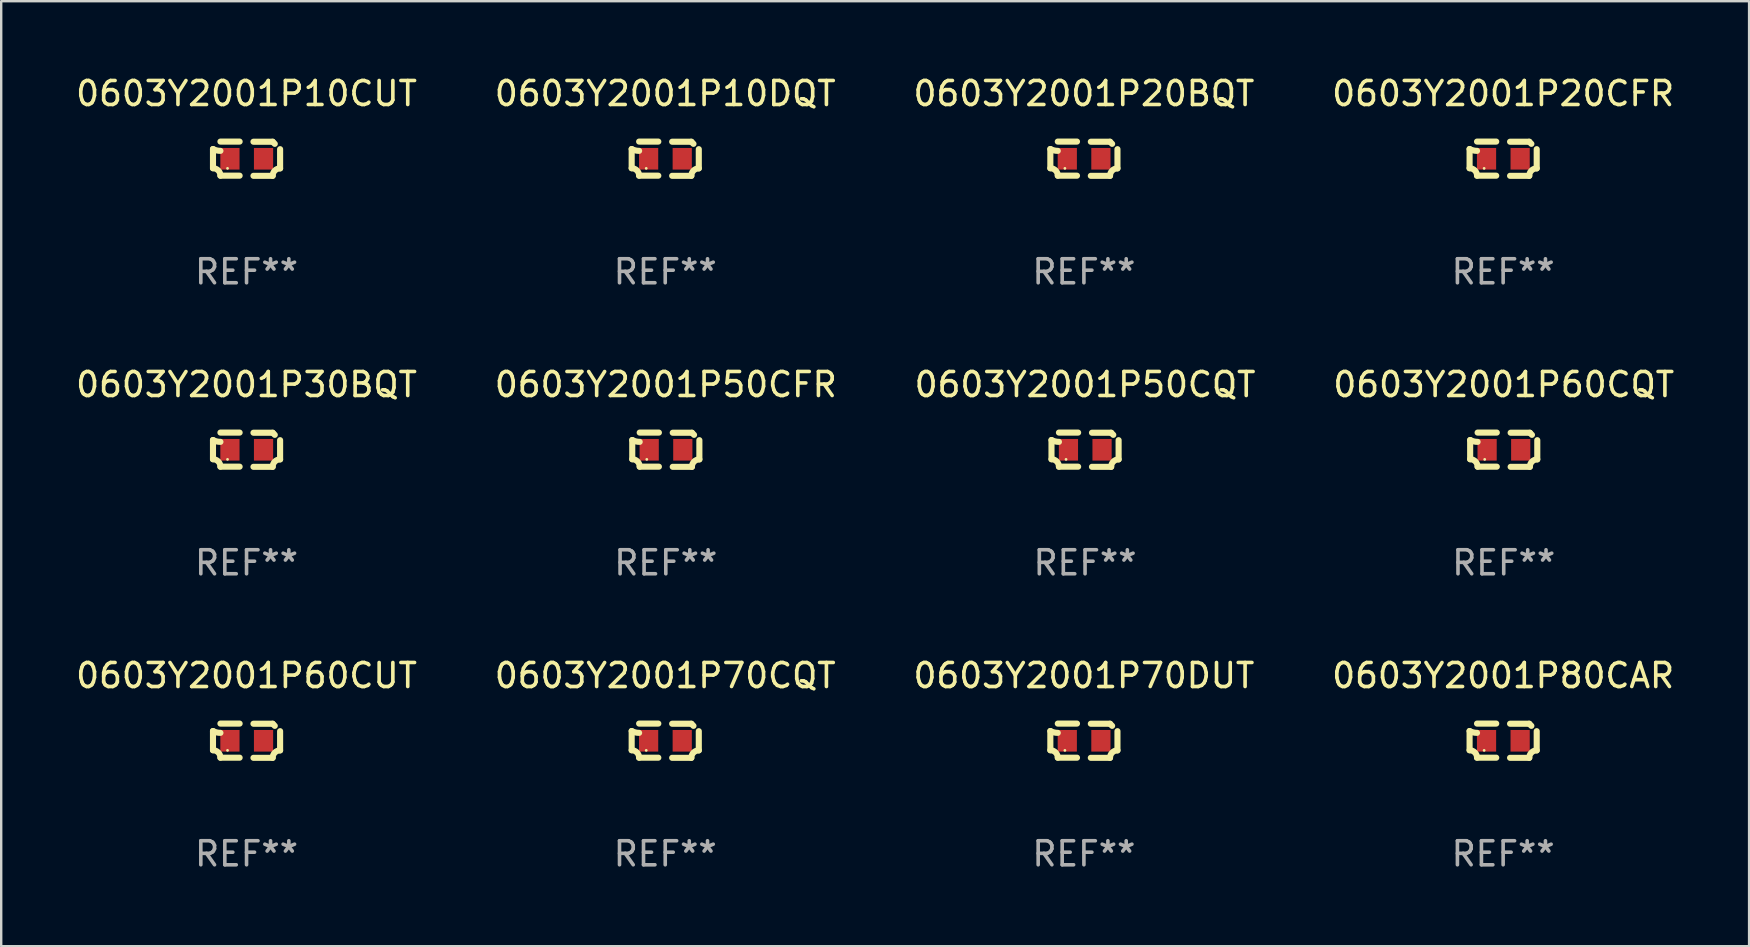
<source format=kicad_pcb>
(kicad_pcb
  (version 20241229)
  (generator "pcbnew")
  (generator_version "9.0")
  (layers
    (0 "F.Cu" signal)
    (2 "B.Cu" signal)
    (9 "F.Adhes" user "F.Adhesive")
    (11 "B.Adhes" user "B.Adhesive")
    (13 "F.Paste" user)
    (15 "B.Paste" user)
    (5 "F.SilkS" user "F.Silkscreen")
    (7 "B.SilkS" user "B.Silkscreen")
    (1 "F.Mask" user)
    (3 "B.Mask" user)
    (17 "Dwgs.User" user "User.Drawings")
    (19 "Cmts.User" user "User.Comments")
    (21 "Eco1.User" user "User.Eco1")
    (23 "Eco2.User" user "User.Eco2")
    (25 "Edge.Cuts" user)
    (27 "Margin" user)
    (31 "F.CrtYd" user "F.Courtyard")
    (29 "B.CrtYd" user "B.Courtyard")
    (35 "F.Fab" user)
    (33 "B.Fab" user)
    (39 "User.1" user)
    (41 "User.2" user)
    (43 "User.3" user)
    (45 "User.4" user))
  (footprint "0603Y2001P60CQT"
    (layer "F.Cu")
    (at 59.589 15.683)
    (property "Reference" "0603Y2001P60CQT" (at 0 -2.713 0) (layer "F.SilkS") (effects (font (size 1 1) (thickness 0.15))))
    (attr through_hole)
    (fp_line (start -1.398 -0.403) (end -1.398 0.397) (stroke (width 0.254) (type solid)) (layer "F.SilkS"))
    (fp_line (start -0.288 -0.713) (end -1.088 -0.713) (stroke (width 0.254) (type solid)) (layer "F.SilkS"))
    (fp_line (start -0.288 0.707) (end -1.088 0.707) (stroke (width 0.254) (type solid)) (layer "F.SilkS"))
    (fp_line (start 0.288 -0.707) (end 1.088 -0.707) (stroke (width 0.254) (type solid)) (layer "F.SilkS"))
    (fp_line (start 0.288 0.713) (end 1.088 0.713) (stroke (width 0.254) (type solid)) (layer "F.SilkS"))
    (fp_line (start 1.398 -0.397) (end 1.398 0.403) (stroke (width 0.254) (type solid)) (layer "F.SilkS"))
    (fp_arc (start -1.397789 0.397066) (mid -1.178701 0.487826) (end -1.08796 0.706922) (stroke (width 0.254001) (type solid)) (layer "F.SilkS"))
    (fp_arc (start -1.08796 -0.327176) (mid -1.247436 -0.346384) (end -1.39779 -0.402908) (stroke (width 0.254001) (type solid)) (layer "F.SilkS"))
    (fp_arc (start 1.087909 0.712738) (mid 1.178656 0.493655) (end 1.397739 0.402908) (stroke (width 0.254001) (type solid)) (layer "F.SilkS"))
    (fp_arc (start 1.175925 -0.618926) (mid 1.131917 -0.662923) (end 1.08791 -0.706922) (stroke (width 0.254001) (type solid)) (layer "F.SilkS"))
    (fp_circle (center -0.792 0.403) (end -0.762 0.403) (stroke (width 0.06) (type solid)) (fill no) (layer "F.SilkS"))
    (fp_text user "REF**" (at 0 4.713 0) (layer "F.Fab") (effects (font (size 1 1) (thickness 0.15))))
    (pad "1" smd rect (at -0.692 0.003) (size 0.8 0.9) (layers "F.Cu" "F.Mask" "F.Paste"))
    (pad "2" smd rect (at 0.708 0.003) (size 0.8 0.9) (layers "F.Cu" "F.Mask" "F.Paste")))
  (footprint "0603Y2001P20CFR"
    (layer "F.Cu")
    (at 59.565 3.561)
    (property "Reference" "0603Y2001P20CFR" (at 0 -2.713 0) (layer "F.SilkS") (effects (font (size 1 1) (thickness 0.15))))
    (attr through_hole)
    (fp_line (start -1.398 -0.403) (end -1.398 0.397) (stroke (width 0.254) (type solid)) (layer "F.SilkS"))
    (fp_line (start -0.288 -0.713) (end -1.088 -0.713) (stroke (width 0.254) (type solid)) (layer "F.SilkS"))
    (fp_line (start -0.288 0.707) (end -1.088 0.707) (stroke (width 0.254) (type solid)) (layer "F.SilkS"))
    (fp_line (start 0.288 -0.707) (end 1.088 -0.707) (stroke (width 0.254) (type solid)) (layer "F.SilkS"))
    (fp_line (start 0.288 0.713) (end 1.088 0.713) (stroke (width 0.254) (type solid)) (layer "F.SilkS"))
    (fp_line (start 1.398 -0.397) (end 1.398 0.403) (stroke (width 0.254) (type solid)) (layer "F.SilkS"))
    (fp_arc (start -1.397789 0.397066) (mid -1.178701 0.487826) (end -1.08796 0.706922) (stroke (width 0.254001) (type solid)) (layer "F.SilkS"))
    (fp_arc (start -1.08796 -0.327176) (mid -1.247436 -0.346384) (end -1.39779 -0.402908) (stroke (width 0.254001) (type solid)) (layer "F.SilkS"))
    (fp_arc (start 1.087909 0.712738) (mid 1.178656 0.493655) (end 1.397739 0.402908) (stroke (width 0.254001) (type solid)) (layer "F.SilkS"))
    (fp_arc (start 1.175925 -0.618926) (mid 1.131917 -0.662923) (end 1.08791 -0.706922) (stroke (width 0.254001) (type solid)) (layer "F.SilkS"))
    (fp_circle (center -0.792 0.403) (end -0.762 0.403) (stroke (width 0.06) (type solid)) (fill no) (layer "F.SilkS"))
    (fp_text user "REF**" (at 0 4.713 0) (layer "F.Fab") (effects (font (size 1 1) (thickness 0.15))))
    (pad "1" smd rect (at -0.692 0.003) (size 0.8 0.9) (layers "F.Cu" "F.Mask" "F.Paste"))
    (pad "2" smd rect (at 0.708 0.003) (size 0.8 0.9) (layers "F.Cu" "F.Mask" "F.Paste")))
  (footprint "0603Y2001P70DUT"
    (layer "F.Cu")
    (at 42.101 27.805)
    (property "Reference" "0603Y2001P70DUT" (at 0 -2.713 0) (layer "F.SilkS") (effects (font (size 1 1) (thickness 0.15))))
    (attr through_hole)
    (fp_line (start -1.398 -0.403) (end -1.398 0.397) (stroke (width 0.254) (type solid)) (layer "F.SilkS"))
    (fp_line (start -0.288 -0.713) (end -1.088 -0.713) (stroke (width 0.254) (type solid)) (layer "F.SilkS"))
    (fp_line (start -0.288 0.707) (end -1.088 0.707) (stroke (width 0.254) (type solid)) (layer "F.SilkS"))
    (fp_line (start 0.288 -0.707) (end 1.088 -0.707) (stroke (width 0.254) (type solid)) (layer "F.SilkS"))
    (fp_line (start 0.288 0.713) (end 1.088 0.713) (stroke (width 0.254) (type solid)) (layer "F.SilkS"))
    (fp_line (start 1.398 -0.397) (end 1.398 0.403) (stroke (width 0.254) (type solid)) (layer "F.SilkS"))
    (fp_arc (start -1.397789 0.397066) (mid -1.178701 0.487826) (end -1.08796 0.706922) (stroke (width 0.254001) (type solid)) (layer "F.SilkS"))
    (fp_arc (start -1.08796 -0.327176) (mid -1.247436 -0.346384) (end -1.39779 -0.402908) (stroke (width 0.254001) (type solid)) (layer "F.SilkS"))
    (fp_arc (start 1.087909 0.712738) (mid 1.178656 0.493655) (end 1.397739 0.402908) (stroke (width 0.254001) (type solid)) (layer "F.SilkS"))
    (fp_arc (start 1.175925 -0.618926) (mid 1.131917 -0.662923) (end 1.08791 -0.706922) (stroke (width 0.254001) (type solid)) (layer "F.SilkS"))
    (fp_circle (center -0.792 0.403) (end -0.762 0.403) (stroke (width 0.06) (type solid)) (fill no) (layer "F.SilkS"))
    (fp_text user "REF**" (at 0 4.713 0) (layer "F.Fab") (effects (font (size 1 1) (thickness 0.15))))
    (pad "1" smd rect (at -0.692 0.003) (size 0.8 0.9) (layers "F.Cu" "F.Mask" "F.Paste"))
    (pad "2" smd rect (at 0.708 0.003) (size 0.8 0.9) (layers "F.Cu" "F.Mask" "F.Paste")))
  (footprint "0603Y2001P30BQT"
    (layer "F.Cu")
    (at 7.22 15.683)
    (property "Reference" "0603Y2001P30BQT" (at 0 -2.713 0) (layer "F.SilkS") (effects (font (size 1 1) (thickness 0.15))))
    (attr through_hole)
    (fp_line (start -1.398 -0.403) (end -1.398 0.397) (stroke (width 0.254) (type solid)) (layer "F.SilkS"))
    (fp_line (start -0.288 -0.713) (end -1.088 -0.713) (stroke (width 0.254) (type solid)) (layer "F.SilkS"))
    (fp_line (start -0.288 0.707) (end -1.088 0.707) (stroke (width 0.254) (type solid)) (layer "F.SilkS"))
    (fp_line (start 0.288 -0.707) (end 1.088 -0.707) (stroke (width 0.254) (type solid)) (layer "F.SilkS"))
    (fp_line (start 0.288 0.713) (end 1.088 0.713) (stroke (width 0.254) (type solid)) (layer "F.SilkS"))
    (fp_line (start 1.398 -0.397) (end 1.398 0.403) (stroke (width 0.254) (type solid)) (layer "F.SilkS"))
    (fp_arc (start -1.397789 0.397066) (mid -1.178701 0.487826) (end -1.08796 0.706922) (stroke (width 0.254001) (type solid)) (layer "F.SilkS"))
    (fp_arc (start -1.08796 -0.327176) (mid -1.247436 -0.346384) (end -1.39779 -0.402908) (stroke (width 0.254001) (type solid)) (layer "F.SilkS"))
    (fp_arc (start 1.087909 0.712738) (mid 1.178656 0.493655) (end 1.397739 0.402908) (stroke (width 0.254001) (type solid)) (layer "F.SilkS"))
    (fp_arc (start 1.175925 -0.618926) (mid 1.131917 -0.662923) (end 1.08791 -0.706922) (stroke (width 0.254001) (type solid)) (layer "F.SilkS"))
    (fp_circle (center -0.792 0.403) (end -0.762 0.403) (stroke (width 0.06) (type solid)) (fill no) (layer "F.SilkS"))
    (fp_text user "REF**" (at 0 4.713 0) (layer "F.Fab") (effects (font (size 1 1) (thickness 0.15))))
    (pad "1" smd rect (at -0.692 0.003) (size 0.8 0.9) (layers "F.Cu" "F.Mask" "F.Paste"))
    (pad "2" smd rect (at 0.708 0.003) (size 0.8 0.9) (layers "F.Cu" "F.Mask" "F.Paste")))
  (footprint "0603Y2001P10CUT"
    (layer "F.Cu")
    (at 7.22 3.561)
    (property "Reference" "0603Y2001P10CUT" (at 0 -2.713 0) (layer "F.SilkS") (effects (font (size 1 1) (thickness 0.15))))
    (attr through_hole)
    (fp_line (start -1.398 -0.403) (end -1.398 0.397) (stroke (width 0.254) (type solid)) (layer "F.SilkS"))
    (fp_line (start -0.288 -0.713) (end -1.088 -0.713) (stroke (width 0.254) (type solid)) (layer "F.SilkS"))
    (fp_line (start -0.288 0.707) (end -1.088 0.707) (stroke (width 0.254) (type solid)) (layer "F.SilkS"))
    (fp_line (start 0.288 -0.707) (end 1.088 -0.707) (stroke (width 0.254) (type solid)) (layer "F.SilkS"))
    (fp_line (start 0.288 0.713) (end 1.088 0.713) (stroke (width 0.254) (type solid)) (layer "F.SilkS"))
    (fp_line (start 1.398 -0.397) (end 1.398 0.403) (stroke (width 0.254) (type solid)) (layer "F.SilkS"))
    (fp_arc (start -1.397789 0.397066) (mid -1.178701 0.487826) (end -1.08796 0.706922) (stroke (width 0.254001) (type solid)) (layer "F.SilkS"))
    (fp_arc (start -1.08796 -0.327176) (mid -1.247436 -0.346384) (end -1.39779 -0.402908) (stroke (width 0.254001) (type solid)) (layer "F.SilkS"))
    (fp_arc (start 1.087909 0.712738) (mid 1.178656 0.493655) (end 1.397739 0.402908) (stroke (width 0.254001) (type solid)) (layer "F.SilkS"))
    (fp_arc (start 1.175925 -0.618926) (mid 1.131917 -0.662923) (end 1.08791 -0.706922) (stroke (width 0.254001) (type solid)) (layer "F.SilkS"))
    (fp_circle (center -0.792 0.403) (end -0.762 0.403) (stroke (width 0.06) (type solid)) (fill no) (layer "F.SilkS"))
    (fp_text user "REF**" (at 0 4.713 0) (layer "F.Fab") (effects (font (size 1 1) (thickness 0.15))))
    (pad "1" smd rect (at -0.692 0.003) (size 0.8 0.9) (layers "F.Cu" "F.Mask" "F.Paste"))
    (pad "2" smd rect (at 0.708 0.003) (size 0.8 0.9) (layers "F.Cu" "F.Mask" "F.Paste")))
  (footprint "0603Y2001P60CUT"
    (layer "F.Cu")
    (at 7.22 27.805)
    (property "Reference" "0603Y2001P60CUT" (at 0 -2.713 0) (layer "F.SilkS") (effects (font (size 1 1) (thickness 0.15))))
    (attr through_hole)
    (fp_line (start -1.398 -0.403) (end -1.398 0.397) (stroke (width 0.254) (type solid)) (layer "F.SilkS"))
    (fp_line (start -0.288 -0.713) (end -1.088 -0.713) (stroke (width 0.254) (type solid)) (layer "F.SilkS"))
    (fp_line (start -0.288 0.707) (end -1.088 0.707) (stroke (width 0.254) (type solid)) (layer "F.SilkS"))
    (fp_line (start 0.288 -0.707) (end 1.088 -0.707) (stroke (width 0.254) (type solid)) (layer "F.SilkS"))
    (fp_line (start 0.288 0.713) (end 1.088 0.713) (stroke (width 0.254) (type solid)) (layer "F.SilkS"))
    (fp_line (start 1.398 -0.397) (end 1.398 0.403) (stroke (width 0.254) (type solid)) (layer "F.SilkS"))
    (fp_arc (start -1.397789 0.397066) (mid -1.178701 0.487826) (end -1.08796 0.706922) (stroke (width 0.254001) (type solid)) (layer "F.SilkS"))
    (fp_arc (start -1.08796 -0.327176) (mid -1.247436 -0.346384) (end -1.39779 -0.402908) (stroke (width 0.254001) (type solid)) (layer "F.SilkS"))
    (fp_arc (start 1.087909 0.712738) (mid 1.178656 0.493655) (end 1.397739 0.402908) (stroke (width 0.254001) (type solid)) (layer "F.SilkS"))
    (fp_arc (start 1.175925 -0.618926) (mid 1.131917 -0.662923) (end 1.08791 -0.706922) (stroke (width 0.254001) (type solid)) (layer "F.SilkS"))
    (fp_circle (center -0.792 0.403) (end -0.762 0.403) (stroke (width 0.06) (type solid)) (fill no) (layer "F.SilkS"))
    (fp_text user "REF**" (at 0 4.713 0) (layer "F.Fab") (effects (font (size 1 1) (thickness 0.15))))
    (pad "1" smd rect (at -0.692 0.003) (size 0.8 0.9) (layers "F.Cu" "F.Mask" "F.Paste"))
    (pad "2" smd rect (at 0.708 0.003) (size 0.8 0.9) (layers "F.Cu" "F.Mask" "F.Paste")))
  (footprint "0603Y2001P80CAR"
    (layer "F.Cu")
    (at 59.565 27.805)
    (property "Reference" "0603Y2001P80CAR" (at 0 -2.713 0) (layer "F.SilkS") (effects (font (size 1 1) (thickness 0.15))))
    (attr through_hole)
    (fp_line (start -1.398 -0.403) (end -1.398 0.397) (stroke (width 0.254) (type solid)) (layer "F.SilkS"))
    (fp_line (start -0.288 -0.713) (end -1.088 -0.713) (stroke (width 0.254) (type solid)) (layer "F.SilkS"))
    (fp_line (start -0.288 0.707) (end -1.088 0.707) (stroke (width 0.254) (type solid)) (layer "F.SilkS"))
    (fp_line (start 0.288 -0.707) (end 1.088 -0.707) (stroke (width 0.254) (type solid)) (layer "F.SilkS"))
    (fp_line (start 0.288 0.713) (end 1.088 0.713) (stroke (width 0.254) (type solid)) (layer "F.SilkS"))
    (fp_line (start 1.398 -0.397) (end 1.398 0.403) (stroke (width 0.254) (type solid)) (layer "F.SilkS"))
    (fp_arc (start -1.397789 0.397066) (mid -1.178701 0.487826) (end -1.08796 0.706922) (stroke (width 0.254001) (type solid)) (layer "F.SilkS"))
    (fp_arc (start -1.08796 -0.327176) (mid -1.247436 -0.346384) (end -1.39779 -0.402908) (stroke (width 0.254001) (type solid)) (layer "F.SilkS"))
    (fp_arc (start 1.087909 0.712738) (mid 1.178656 0.493655) (end 1.397739 0.402908) (stroke (width 0.254001) (type solid)) (layer "F.SilkS"))
    (fp_arc (start 1.175925 -0.618926) (mid 1.131917 -0.662923) (end 1.08791 -0.706922) (stroke (width 0.254001) (type solid)) (layer "F.SilkS"))
    (fp_circle (center -0.792 0.403) (end -0.762 0.403) (stroke (width 0.06) (type solid)) (fill no) (layer "F.SilkS"))
    (fp_text user "REF**" (at 0 4.713 0) (layer "F.Fab") (effects (font (size 1 1) (thickness 0.15))))
    (pad "1" smd rect (at -0.692 0.003) (size 0.8 0.9) (layers "F.Cu" "F.Mask" "F.Paste"))
    (pad "2" smd rect (at 0.708 0.003) (size 0.8 0.9) (layers "F.Cu" "F.Mask" "F.Paste")))
  (footprint "0603Y2001P50CQT"
    (layer "F.Cu")
    (at 42.149 15.683)
    (property "Reference" "0603Y2001P50CQT" (at 0 -2.713 0) (layer "F.SilkS") (effects (font (size 1 1) (thickness 0.15))))
    (attr through_hole)
    (fp_line (start -1.398 -0.403) (end -1.398 0.397) (stroke (width 0.254) (type solid)) (layer "F.SilkS"))
    (fp_line (start -0.288 -0.713) (end -1.088 -0.713) (stroke (width 0.254) (type solid)) (layer "F.SilkS"))
    (fp_line (start -0.288 0.707) (end -1.088 0.707) (stroke (width 0.254) (type solid)) (layer "F.SilkS"))
    (fp_line (start 0.288 -0.707) (end 1.088 -0.707) (stroke (width 0.254) (type solid)) (layer "F.SilkS"))
    (fp_line (start 0.288 0.713) (end 1.088 0.713) (stroke (width 0.254) (type solid)) (layer "F.SilkS"))
    (fp_line (start 1.398 -0.397) (end 1.398 0.403) (stroke (width 0.254) (type solid)) (layer "F.SilkS"))
    (fp_arc (start -1.397789 0.397066) (mid -1.178701 0.487826) (end -1.08796 0.706922) (stroke (width 0.254001) (type solid)) (layer "F.SilkS"))
    (fp_arc (start -1.08796 -0.327176) (mid -1.247436 -0.346384) (end -1.39779 -0.402908) (stroke (width 0.254001) (type solid)) (layer "F.SilkS"))
    (fp_arc (start 1.087909 0.712738) (mid 1.178656 0.493655) (end 1.397739 0.402908) (stroke (width 0.254001) (type solid)) (layer "F.SilkS"))
    (fp_arc (start 1.175925 -0.618926) (mid 1.131917 -0.662923) (end 1.08791 -0.706922) (stroke (width 0.254001) (type solid)) (layer "F.SilkS"))
    (fp_circle (center -0.792 0.403) (end -0.762 0.403) (stroke (width 0.06) (type solid)) (fill no) (layer "F.SilkS"))
    (fp_text user "REF**" (at 0 4.713 0) (layer "F.Fab") (effects (font (size 1 1) (thickness 0.15))))
    (pad "1" smd rect (at -0.692 0.003) (size 0.8 0.9) (layers "F.Cu" "F.Mask" "F.Paste"))
    (pad "2" smd rect (at 0.708 0.003) (size 0.8 0.9) (layers "F.Cu" "F.Mask" "F.Paste")))
  (footprint "0603Y2001P20BQT"
    (layer "F.Cu")
    (at 42.101 3.561)
    (property "Reference" "0603Y2001P20BQT" (at 0 -2.713 0) (layer "F.SilkS") (effects (font (size 1 1) (thickness 0.15))))
    (attr through_hole)
    (fp_line (start -1.398 -0.403) (end -1.398 0.397) (stroke (width 0.254) (type solid)) (layer "F.SilkS"))
    (fp_line (start -0.288 -0.713) (end -1.088 -0.713) (stroke (width 0.254) (type solid)) (layer "F.SilkS"))
    (fp_line (start -0.288 0.707) (end -1.088 0.707) (stroke (width 0.254) (type solid)) (layer "F.SilkS"))
    (fp_line (start 0.288 -0.707) (end 1.088 -0.707) (stroke (width 0.254) (type solid)) (layer "F.SilkS"))
    (fp_line (start 0.288 0.713) (end 1.088 0.713) (stroke (width 0.254) (type solid)) (layer "F.SilkS"))
    (fp_line (start 1.398 -0.397) (end 1.398 0.403) (stroke (width 0.254) (type solid)) (layer "F.SilkS"))
    (fp_arc (start -1.397789 0.397066) (mid -1.178701 0.487826) (end -1.08796 0.706922) (stroke (width 0.254001) (type solid)) (layer "F.SilkS"))
    (fp_arc (start -1.08796 -0.327176) (mid -1.247436 -0.346384) (end -1.39779 -0.402908) (stroke (width 0.254001) (type solid)) (layer "F.SilkS"))
    (fp_arc (start 1.087909 0.712738) (mid 1.178656 0.493655) (end 1.397739 0.402908) (stroke (width 0.254001) (type solid)) (layer "F.SilkS"))
    (fp_arc (start 1.175925 -0.618926) (mid 1.131917 -0.662923) (end 1.08791 -0.706922) (stroke (width 0.254001) (type solid)) (layer "F.SilkS"))
    (fp_circle (center -0.792 0.403) (end -0.762 0.403) (stroke (width 0.06) (type solid)) (fill no) (layer "F.SilkS"))
    (fp_text user "REF**" (at 0 4.713 0) (layer "F.Fab") (effects (font (size 1 1) (thickness 0.15))))
    (pad "1" smd rect (at -0.692 0.003) (size 0.8 0.9) (layers "F.Cu" "F.Mask" "F.Paste"))
    (pad "2" smd rect (at 0.708 0.003) (size 0.8 0.9) (layers "F.Cu" "F.Mask" "F.Paste")))
  (footprint "0603Y2001P70CQT"
    (layer "F.Cu")
    (at 24.661 27.805)
    (property "Reference" "0603Y2001P70CQT" (at 0 -2.713 0) (layer "F.SilkS") (effects (font (size 1 1) (thickness 0.15))))
    (attr through_hole)
    (fp_line (start -1.398 -0.403) (end -1.398 0.397) (stroke (width 0.254) (type solid)) (layer "F.SilkS"))
    (fp_line (start -0.288 -0.713) (end -1.088 -0.713) (stroke (width 0.254) (type solid)) (layer "F.SilkS"))
    (fp_line (start -0.288 0.707) (end -1.088 0.707) (stroke (width 0.254) (type solid)) (layer "F.SilkS"))
    (fp_line (start 0.288 -0.707) (end 1.088 -0.707) (stroke (width 0.254) (type solid)) (layer "F.SilkS"))
    (fp_line (start 0.288 0.713) (end 1.088 0.713) (stroke (width 0.254) (type solid)) (layer "F.SilkS"))
    (fp_line (start 1.398 -0.397) (end 1.398 0.403) (stroke (width 0.254) (type solid)) (layer "F.SilkS"))
    (fp_arc (start -1.397789 0.397066) (mid -1.178701 0.487826) (end -1.08796 0.706922) (stroke (width 0.254001) (type solid)) (layer "F.SilkS"))
    (fp_arc (start -1.08796 -0.327176) (mid -1.247436 -0.346384) (end -1.39779 -0.402908) (stroke (width 0.254001) (type solid)) (layer "F.SilkS"))
    (fp_arc (start 1.087909 0.712738) (mid 1.178656 0.493655) (end 1.397739 0.402908) (stroke (width 0.254001) (type solid)) (layer "F.SilkS"))
    (fp_arc (start 1.175925 -0.618926) (mid 1.131917 -0.662923) (end 1.08791 -0.706922) (stroke (width 0.254001) (type solid)) (layer "F.SilkS"))
    (fp_circle (center -0.792 0.403) (end -0.762 0.403) (stroke (width 0.06) (type solid)) (fill no) (layer "F.SilkS"))
    (fp_text user "REF**" (at 0 4.713 0) (layer "F.Fab") (effects (font (size 1 1) (thickness 0.15))))
    (pad "1" smd rect (at -0.692 0.003) (size 0.8 0.9) (layers "F.Cu" "F.Mask" "F.Paste"))
    (pad "2" smd rect (at 0.708 0.003) (size 0.8 0.9) (layers "F.Cu" "F.Mask" "F.Paste")))
  (footprint "0603Y2001P10DQT"
    (layer "F.Cu")
    (at 24.661 3.561)
    (property "Reference" "0603Y2001P10DQT" (at 0 -2.713 0) (layer "F.SilkS") (effects (font (size 1 1) (thickness 0.15))))
    (attr through_hole)
    (fp_line (start -1.398 -0.403) (end -1.398 0.397) (stroke (width 0.254) (type solid)) (layer "F.SilkS"))
    (fp_line (start -0.288 -0.713) (end -1.088 -0.713) (stroke (width 0.254) (type solid)) (layer "F.SilkS"))
    (fp_line (start -0.288 0.707) (end -1.088 0.707) (stroke (width 0.254) (type solid)) (layer "F.SilkS"))
    (fp_line (start 0.288 -0.707) (end 1.088 -0.707) (stroke (width 0.254) (type solid)) (layer "F.SilkS"))
    (fp_line (start 0.288 0.713) (end 1.088 0.713) (stroke (width 0.254) (type solid)) (layer "F.SilkS"))
    (fp_line (start 1.398 -0.397) (end 1.398 0.403) (stroke (width 0.254) (type solid)) (layer "F.SilkS"))
    (fp_arc (start -1.397789 0.397066) (mid -1.178701 0.487826) (end -1.08796 0.706922) (stroke (width 0.254001) (type solid)) (layer "F.SilkS"))
    (fp_arc (start -1.08796 -0.327176) (mid -1.247436 -0.346384) (end -1.39779 -0.402908) (stroke (width 0.254001) (type solid)) (layer "F.SilkS"))
    (fp_arc (start 1.087909 0.712738) (mid 1.178656 0.493655) (end 1.397739 0.402908) (stroke (width 0.254001) (type solid)) (layer "F.SilkS"))
    (fp_arc (start 1.175925 -0.618926) (mid 1.131917 -0.662923) (end 1.08791 -0.706922) (stroke (width 0.254001) (type solid)) (layer "F.SilkS"))
    (fp_circle (center -0.792 0.403) (end -0.762 0.403) (stroke (width 0.06) (type solid)) (fill no) (layer "F.SilkS"))
    (fp_text user "REF**" (at 0 4.713 0) (layer "F.Fab") (effects (font (size 1 1) (thickness 0.15))))
    (pad "1" smd rect (at -0.692 0.003) (size 0.8 0.9) (layers "F.Cu" "F.Mask" "F.Paste"))
    (pad "2" smd rect (at 0.708 0.003) (size 0.8 0.9) (layers "F.Cu" "F.Mask" "F.Paste")))
  (footprint "0603Y2001P50CFR"
    (layer "F.Cu")
    (at 24.685 15.683)
    (property "Reference" "0603Y2001P50CFR" (at 0 -2.713 0) (layer "F.SilkS") (effects (font (size 1 1) (thickness 0.15))))
    (attr through_hole)
    (fp_line (start -1.398 -0.403) (end -1.398 0.397) (stroke (width 0.254) (type solid)) (layer "F.SilkS"))
    (fp_line (start -0.288 -0.713) (end -1.088 -0.713) (stroke (width 0.254) (type solid)) (layer "F.SilkS"))
    (fp_line (start -0.288 0.707) (end -1.088 0.707) (stroke (width 0.254) (type solid)) (layer "F.SilkS"))
    (fp_line (start 0.288 -0.707) (end 1.088 -0.707) (stroke (width 0.254) (type solid)) (layer "F.SilkS"))
    (fp_line (start 0.288 0.713) (end 1.088 0.713) (stroke (width 0.254) (type solid)) (layer "F.SilkS"))
    (fp_line (start 1.398 -0.397) (end 1.398 0.403) (stroke (width 0.254) (type solid)) (layer "F.SilkS"))
    (fp_arc (start -1.397789 0.397066) (mid -1.178701 0.487826) (end -1.08796 0.706922) (stroke (width 0.254001) (type solid)) (layer "F.SilkS"))
    (fp_arc (start -1.08796 -0.327176) (mid -1.247436 -0.346384) (end -1.39779 -0.402908) (stroke (width 0.254001) (type solid)) (layer "F.SilkS"))
    (fp_arc (start 1.087909 0.712738) (mid 1.178656 0.493655) (end 1.397739 0.402908) (stroke (width 0.254001) (type solid)) (layer "F.SilkS"))
    (fp_arc (start 1.175925 -0.618926) (mid 1.131917 -0.662923) (end 1.08791 -0.706922) (stroke (width 0.254001) (type solid)) (layer "F.SilkS"))
    (fp_circle (center -0.792 0.403) (end -0.762 0.403) (stroke (width 0.06) (type solid)) (fill no) (layer "F.SilkS"))
    (fp_text user "REF**" (at 0 4.713 0) (layer "F.Fab") (effects (font (size 1 1) (thickness 0.15))))
    (pad "1" smd rect (at -0.692 0.003) (size 0.8 0.9) (layers "F.Cu" "F.Mask" "F.Paste"))
    (pad "2" smd rect (at 0.708 0.003) (size 0.8 0.9) (layers "F.Cu" "F.Mask" "F.Paste")))
  (gr_rect
    (start -3 -3)
    (end 69.81 36.366)
    (stroke (width 0.1) (type default))
    (fill no)
    (layer "Edge.Cuts")))
</source>
